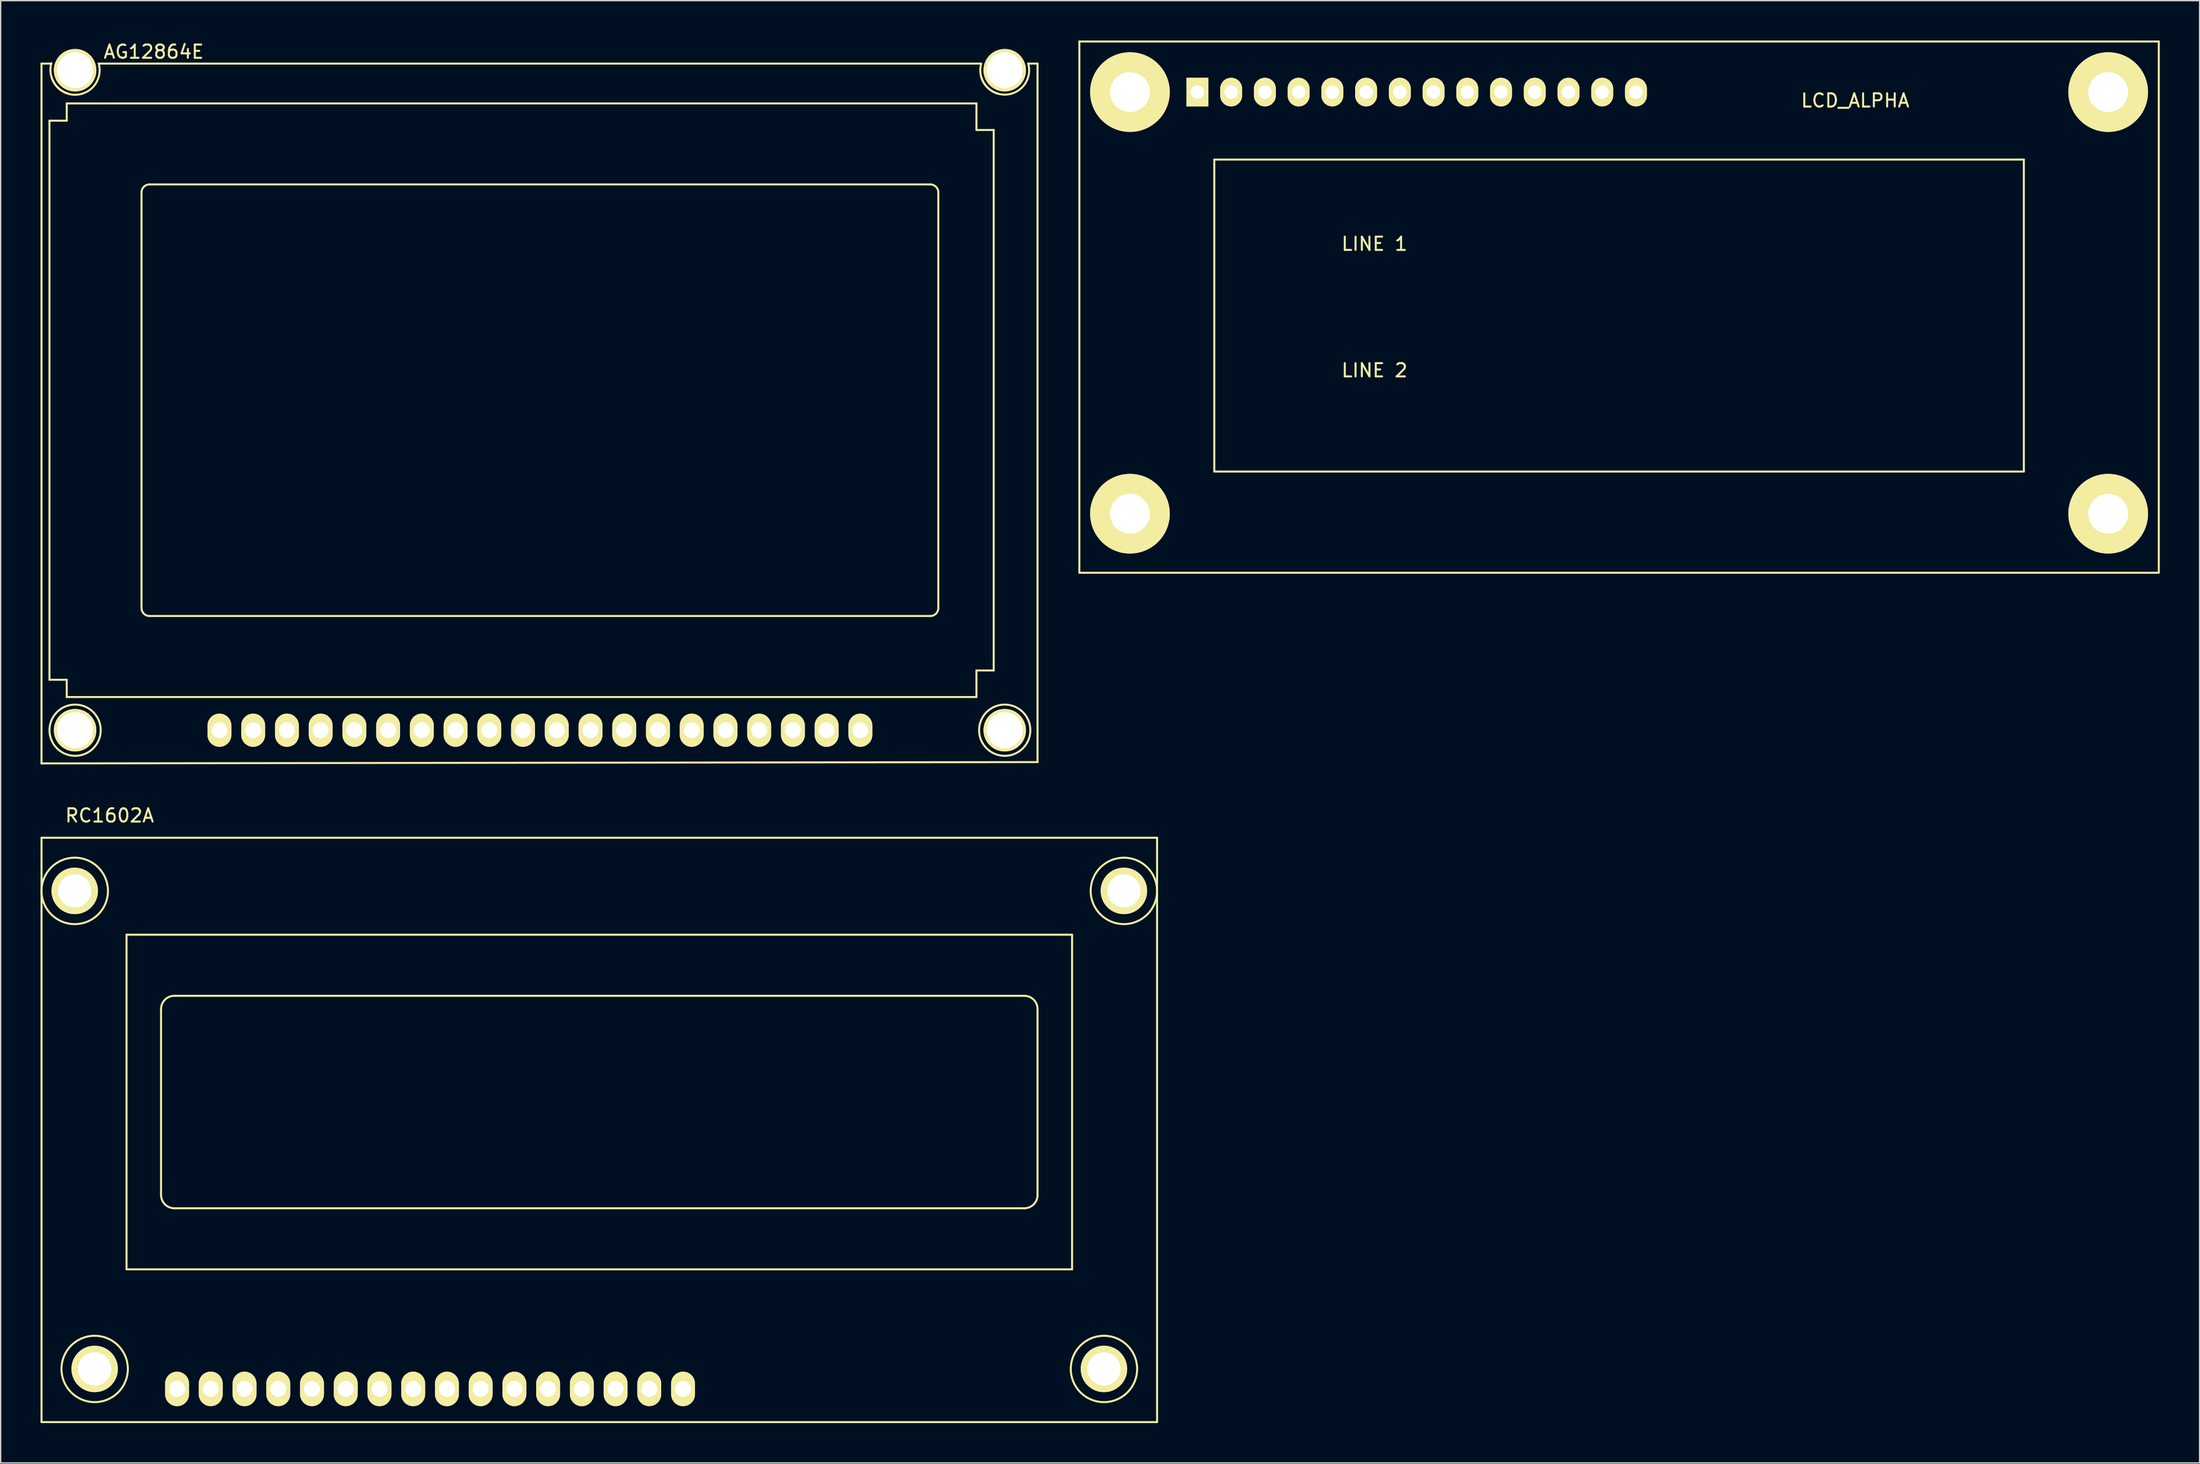
<source format=kicad_pcb>
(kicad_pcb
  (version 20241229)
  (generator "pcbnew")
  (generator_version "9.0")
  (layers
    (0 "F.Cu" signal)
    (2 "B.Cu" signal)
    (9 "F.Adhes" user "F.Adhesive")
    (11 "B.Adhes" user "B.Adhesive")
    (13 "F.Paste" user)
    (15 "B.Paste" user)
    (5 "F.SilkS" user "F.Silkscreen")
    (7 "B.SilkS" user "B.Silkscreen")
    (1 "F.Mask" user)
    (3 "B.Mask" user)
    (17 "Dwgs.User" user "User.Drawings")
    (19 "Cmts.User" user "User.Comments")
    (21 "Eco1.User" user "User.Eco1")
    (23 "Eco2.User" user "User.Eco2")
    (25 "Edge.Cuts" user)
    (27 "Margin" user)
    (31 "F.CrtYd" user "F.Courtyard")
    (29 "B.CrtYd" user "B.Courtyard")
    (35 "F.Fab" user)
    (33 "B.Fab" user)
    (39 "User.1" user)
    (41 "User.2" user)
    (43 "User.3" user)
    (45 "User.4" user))
  (footprint "AG12864E"
    (layer "F.Cu")
    (at 13.475 51.938)
    (property "Reference" "AG12864E" (at -4.95 -51.09 0) (layer "F.SilkS") (effects (font (size 1 1) (thickness 0.15))))
    (attr through_hole)
    (fp_line (start -13.4 -50.2) (end -12.7 -50.2) (stroke (width 0.15) (type solid)) (layer "F.SilkS"))
    (fp_line (start -13.4 2.5) (end -13.4 -50.2) (stroke (width 0.15) (type solid)) (layer "F.SilkS"))
    (fp_line (start -13.4 2.5) (end 61.6 2.4) (stroke (width 0.15) (type solid)) (layer "F.SilkS"))
    (fp_line (start -12.8 -3.8) (end -12.8 -45.9) (stroke (width 0.15) (type solid)) (layer "F.SilkS"))
    (fp_line (start -12.8 -3.8) (end -11.5 -3.8) (stroke (width 0.15) (type solid)) (layer "F.SilkS"))
    (fp_line (start -11.5 -47.2) (end -11.5 -45.9) (stroke (width 0.15) (type solid)) (layer "F.SilkS"))
    (fp_line (start -11.5 -47.2) (end 57 -47.2) (stroke (width 0.15) (type solid)) (layer "F.SilkS"))
    (fp_line (start -11.5 -45.9) (end -12.8 -45.9) (stroke (width 0.15) (type solid)) (layer "F.SilkS"))
    (fp_line (start -11.5 -3.8) (end -11.5 -2.5) (stroke (width 0.15) (type solid)) (layer "F.SilkS"))
    (fp_line (start -9.1 -50.2) (end 57.3 -50.2) (stroke (width 0.15) (type solid)) (layer "F.SilkS"))
    (fp_line (start -5.87 -40.5) (end -5.87 -9.21) (stroke (width 0.15) (type solid)) (layer "F.SilkS"))
    (fp_line (start -5.27 -8.6) (end 53.53 -8.6) (stroke (width 0.15) (type solid)) (layer "F.SilkS"))
    (fp_line (start 53.53 -41.1) (end -5.27 -41.1) (stroke (width 0.15) (type solid)) (layer "F.SilkS"))
    (fp_line (start 54.13 -9.2) (end 54.13 -40.5) (stroke (width 0.15) (type solid)) (layer "F.SilkS"))
    (fp_line (start 57 -47.2) (end 57 -45.2) (stroke (width 0.15) (type solid)) (layer "F.SilkS"))
    (fp_line (start 57 -45.2) (end 58.3 -45.2) (stroke (width 0.15) (type solid)) (layer "F.SilkS"))
    (fp_line (start 57 -4.5) (end 58.3 -4.5) (stroke (width 0.15) (type solid)) (layer "F.SilkS"))
    (fp_line (start 57 -2.5) (end -11.5 -2.5) (stroke (width 0.15) (type solid)) (layer "F.SilkS"))
    (fp_line (start 57 -2.5) (end 57 -4.5) (stroke (width 0.15) (type solid)) (layer "F.SilkS"))
    (fp_line (start 58.3 -45.2) (end 58.3 -4.5) (stroke (width 0.15) (type solid)) (layer "F.SilkS"))
    (fp_line (start 61.6 -50.2) (end 60.9 -50.2) (stroke (width 0.15) (type solid)) (layer "F.SilkS"))
    (fp_line (start 61.6 2.4) (end 61.6 -50.2) (stroke (width 0.15) (type solid)) (layer "F.SilkS"))
    (fp_arc (start -11.36 -47.93) (mid -12.486346 -48.810761) (end -12.66 -50.23) (stroke (width 0.15) (type solid)) (layer "F.SilkS"))
    (fp_arc (start -10.37 -47.92) (mid -11.775097 -48.087797) (end -12.65 -49.2) (stroke (width 0.15) (type solid)) (layer "F.SilkS"))
    (fp_arc (start -9.09 -50.2) (mid -9.257797 -48.794903) (end -10.37 -47.92) (stroke (width 0.15) (type solid)) (layer "F.SilkS"))
    (fp_arc (start -5.87 -40.5) (mid -5.694264 -40.924264) (end -5.27 -41.1) (stroke (width 0.15) (type solid)) (layer "F.SilkS"))
    (fp_arc (start -5.27 -8.6) (mid -5.694264 -8.775736) (end -5.87 -9.2) (stroke (width 0.15) (type solid)) (layer "F.SilkS"))
    (fp_arc (start 53.53 -41.1) (mid 53.954264 -40.924264) (end 54.13 -40.5) (stroke (width 0.15) (type solid)) (layer "F.SilkS"))
    (fp_arc (start 54.13 -9.2) (mid 53.954264 -8.775736) (end 53.53 -8.6) (stroke (width 0.15) (type solid)) (layer "F.SilkS"))
    (fp_arc (start 58.63 -47.93) (mid 57.524868 -48.801974) (end 57.36 -50.2) (stroke (width 0.15) (type solid)) (layer "F.SilkS"))
    (fp_arc (start 59.63 -47.93) (mid 58.231974 -48.094868) (end 57.36 -49.2) (stroke (width 0.15) (type solid)) (layer "F.SilkS"))
    (fp_arc (start 60.9 -50.2) (mid 60.735132 -48.801974) (end 59.63 -47.93) (stroke (width 0.15) (type solid)) (layer "F.SilkS"))
    (fp_circle (center -10.87 0) (end -12.8 0) (stroke (width 0.15) (type solid)) (fill no) (layer "F.SilkS"))
    (fp_circle (center 59.13 0) (end 61.06 0) (stroke (width 0.15) (type solid)) (fill no) (layer "F.SilkS"))
    (pad "0" thru_hole circle (at -10.87 -49.7) (size 3.2 3.2) (drill 2.7) (layers "*.Cu" "*.Mask" "F.SilkS"))
    (pad "0" thru_hole circle (at -10.87 0) (size 3.2 3.2) (drill 2.7) (layers "*.Cu" "*.Mask" "F.SilkS"))
    (pad "0" thru_hole circle (at 59.13 -49.7) (size 3.2 3.2) (drill 2.7) (layers "*.Cu" "*.Mask" "F.SilkS"))
    (pad "0" thru_hole circle (at 59.13 0) (size 3.2 3.2) (drill 2.7) (layers "*.Cu" "*.Mask" "F.SilkS"))
    (pad "1" thru_hole oval (at 0 0) (size 1.8 2.5) (drill 1.2) (layers "*.Cu" "*.Mask" "F.SilkS"))
    (pad "2" thru_hole oval (at 2.54 0) (size 1.8 2.5) (drill 1.2) (layers "*.Cu" "*.Mask" "F.SilkS"))
    (pad "3" thru_hole oval (at 5.08 0) (size 1.8 2.5) (drill 1.2) (layers "*.Cu" "*.Mask" "F.SilkS"))
    (pad "4" thru_hole oval (at 7.62 0) (size 1.8 2.5) (drill 1.2) (layers "*.Cu" "*.Mask" "F.SilkS"))
    (pad "5" thru_hole oval (at 10.16 0) (size 1.8 2.5) (drill 1.2) (layers "*.Cu" "*.Mask" "F.SilkS"))
    (pad "6" thru_hole oval (at 12.7 0) (size 1.8 2.5) (drill 1.2) (layers "*.Cu" "*.Mask" "F.SilkS"))
    (pad "7" thru_hole oval (at 15.24 0) (size 1.8 2.5) (drill 1.2) (layers "*.Cu" "*.Mask" "F.SilkS"))
    (pad "8" thru_hole oval (at 17.78 0) (size 1.8 2.5) (drill 1.2) (layers "*.Cu" "*.Mask" "F.SilkS"))
    (pad "9" thru_hole oval (at 20.32 0) (size 1.8 2.5) (drill 1.2) (layers "*.Cu" "*.Mask" "F.SilkS"))
    (pad "10" thru_hole oval (at 22.86 0) (size 1.8 2.5) (drill 1.2) (layers "*.Cu" "*.Mask" "F.SilkS"))
    (pad "11" thru_hole oval (at 25.4 0) (size 1.8 2.5) (drill 1.2) (layers "*.Cu" "*.Mask" "F.SilkS"))
    (pad "12" thru_hole oval (at 27.94 0) (size 1.8 2.5) (drill 1.2) (layers "*.Cu" "*.Mask" "F.SilkS"))
    (pad "13" thru_hole oval (at 30.48 0) (size 1.8 2.5) (drill 1.2) (layers "*.Cu" "*.Mask" "F.SilkS"))
    (pad "14" thru_hole oval (at 33.02 0) (size 1.8 2.5) (drill 1.2) (layers "*.Cu" "*.Mask" "F.SilkS"))
    (pad "15" thru_hole oval (at 35.56 0) (size 1.8 2.5) (drill 1.2) (layers "*.Cu" "*.Mask" "F.SilkS"))
    (pad "16" thru_hole oval (at 38.1 0) (size 1.8 2.5) (drill 1.2) (layers "*.Cu" "*.Mask" "F.SilkS"))
    (pad "17" thru_hole oval (at 40.64 0) (size 1.8 2.5) (drill 1.2) (layers "*.Cu" "*.Mask" "F.SilkS"))
    (pad "18" thru_hole oval (at 43.18 0) (size 1.8 2.5) (drill 1.2) (layers "*.Cu" "*.Mask" "F.SilkS"))
    (pad "19" thru_hole oval (at 45.72 0) (size 1.8 2.5) (drill 1.2) (layers "*.Cu" "*.Mask" "F.SilkS"))
    (pad "20" thru_hole oval (at 48.26 0) (size 1.8 2.5) (drill 1.2) (layers "*.Cu" "*.Mask" "F.SilkS")))
  (footprint "LCD_ALPHA"
    (layer "F.Cu")
    (at 103.625 3.885)
    (property "Reference" "LCD_ALPHA" (at 33.02 0.635 0) (layer "F.SilkS") (effects (font (size 1 1) (thickness 0.15))))
    (attr through_hole)
    (fp_line (start -25.4 -3.81) (end 55.88 -3.81) (stroke (width 0.15) (type solid)) (layer "F.SilkS"))
    (fp_line (start -25.4 36.195) (end -25.4 -3.81) (stroke (width 0.15) (type solid)) (layer "F.SilkS"))
    (fp_line (start -15.24 5.08) (end 45.72 5.08) (stroke (width 0.15) (type solid)) (layer "F.SilkS"))
    (fp_line (start -15.24 28.575) (end -15.24 5.08) (stroke (width 0.15) (type solid)) (layer "F.SilkS"))
    (fp_line (start 45.72 5.08) (end 45.72 28.575) (stroke (width 0.15) (type solid)) (layer "F.SilkS"))
    (fp_line (start 45.72 28.575) (end -15.24 28.575) (stroke (width 0.15) (type solid)) (layer "F.SilkS"))
    (fp_line (start 55.88 -3.81) (end 55.88 36.195) (stroke (width 0.15) (type solid)) (layer "F.SilkS"))
    (fp_line (start 55.88 36.195) (end -25.4 36.195) (stroke (width 0.15) (type solid)) (layer "F.SilkS"))
    (fp_text user "LINE 2" (at -3.175 20.955 0) (layer "F.SilkS") (effects (font (size 1 1) (thickness 0.15))))
    (fp_text user "LINE 1" (at -3.175 11.43 0) (layer "F.SilkS") (effects (font (size 1 1) (thickness 0.15))))
    (pad "" thru_hole circle (at -21.59 0) (size 5.999 5.999) (drill 3) (layers "*.Cu" "*.Mask" "F.SilkS"))
    (pad "" thru_hole circle (at -21.59 31.75) (size 5.999 5.999) (drill 3) (layers "*.Cu" "*.Mask" "F.SilkS"))
    (pad "" thru_hole circle (at 52.07 0) (size 5.999 5.999) (drill 3) (layers "*.Cu" "*.Mask" "F.SilkS"))
    (pad "" thru_hole circle (at 52.07 31.75) (size 5.999 5.999) (drill 3) (layers "*.Cu" "*.Mask" "F.SilkS"))
    (pad "1" thru_hole rect (at -16.51 0) (size 1.651 2.159) (drill 1.016) (layers "*.Cu" "*.Mask" "F.SilkS"))
    (pad "2" thru_hole oval (at -13.97 0) (size 1.651 2.159) (drill 1.016) (layers "*.Cu" "*.Mask" "F.SilkS"))
    (pad "3" thru_hole oval (at -11.43 0) (size 1.651 2.159) (drill 1.016) (layers "*.Cu" "*.Mask" "F.SilkS"))
    (pad "4" thru_hole oval (at -8.89 0) (size 1.651 2.159) (drill 1.016) (layers "*.Cu" "*.Mask" "F.SilkS"))
    (pad "5" thru_hole oval (at -6.35 0) (size 1.651 2.159) (drill 1.016) (layers "*.Cu" "*.Mask" "F.SilkS"))
    (pad "6" thru_hole oval (at -3.81 0) (size 1.651 2.159) (drill 1.016) (layers "*.Cu" "*.Mask" "F.SilkS"))
    (pad "7" thru_hole oval (at -1.27 0) (size 1.651 2.159) (drill 1.016) (layers "*.Cu" "*.Mask" "F.SilkS"))
    (pad "8" thru_hole oval (at 1.27 0) (size 1.651 2.159) (drill 1.016) (layers "*.Cu" "*.Mask" "F.SilkS"))
    (pad "9" thru_hole oval (at 3.81 0) (size 1.651 2.159) (drill 1.016) (layers "*.Cu" "*.Mask" "F.SilkS"))
    (pad "10" thru_hole oval (at 6.35 0) (size 1.651 2.159) (drill 1.016) (layers "*.Cu" "*.Mask" "F.SilkS"))
    (pad "11" thru_hole oval (at 8.89 0) (size 1.651 2.159) (drill 1.016) (layers "*.Cu" "*.Mask" "F.SilkS"))
    (pad "12" thru_hole oval (at 11.43 0) (size 1.651 2.159) (drill 1.016) (layers "*.Cu" "*.Mask" "F.SilkS"))
    (pad "13" thru_hole oval (at 13.97 0) (size 1.651 2.159) (drill 1.016) (layers "*.Cu" "*.Mask" "F.SilkS"))
    (pad "14" thru_hole oval (at 16.51 0) (size 1.651 2.159) (drill 1.016) (layers "*.Cu" "*.Mask" "F.SilkS")))
  (footprint "RC1602A"
    (layer "F.Cu")
    (at 43.303 101.541)
    (property "Reference" "RC1602A" (at -38.1 -43.18 0) (layer "F.SilkS") (effects (font (size 1 1) (thickness 0.15))))
    (attr through_hole)
    (fp_line (start -43.226 -41.504) (end -43.226 2.497) (stroke (width 0.15) (type solid)) (layer "F.SilkS"))
    (fp_line (start -36.825 -34.204) (end 34.374 -34.204) (stroke (width 0.15) (type solid)) (layer "F.SilkS"))
    (fp_line (start -36.825 -9.004) (end -36.825 -34.204) (stroke (width 0.15) (type solid)) (layer "F.SilkS"))
    (fp_line (start -34.227 -14.602) (end -34.227 -28.603) (stroke (width 0.15) (type solid)) (layer "F.SilkS"))
    (fp_line (start -33.226 -29.604) (end 30.775 -29.604) (stroke (width 0.15) (type solid)) (layer "F.SilkS"))
    (fp_line (start 30.775 -13.604) (end -33.226 -13.604) (stroke (width 0.15) (type solid)) (layer "F.SilkS"))
    (fp_line (start 31.773 -28.603) (end 31.773 -14.602) (stroke (width 0.15) (type solid)) (layer "F.SilkS"))
    (fp_line (start 34.374 -34.204) (end 34.374 -9.004) (stroke (width 0.15) (type solid)) (layer "F.SilkS"))
    (fp_line (start 34.374 -9.004) (end -36.825 -9.004) (stroke (width 0.15) (type solid)) (layer "F.SilkS"))
    (fp_line (start 40.775 -41.504) (end -43.226 -41.504) (stroke (width 0.15) (type solid)) (layer "F.SilkS"))
    (fp_line (start 40.775 -41.504) (end 40.775 2.497) (stroke (width 0.15) (type solid)) (layer "F.SilkS"))
    (fp_line (start 40.775 2.497) (end -43.226 2.497) (stroke (width 0.15) (type solid)) (layer "F.SilkS"))
    (fp_arc (start -34.2265 -28.60294) (mid -33.933384 -29.310584) (end -33.22574 -29.6037) (stroke (width 0.15) (type solid)) (layer "F.SilkS"))
    (fp_arc (start -33.22574 -13.60424) (mid -33.931588 -13.896612) (end -34.22396 -14.60246) (stroke (width 0.15) (type solid)) (layer "F.SilkS"))
    (fp_arc (start 30.77464 -29.6037) (mid 31.482284 -29.310584) (end 31.7754 -28.60294) (stroke (width 0.15) (type solid)) (layer "F.SilkS"))
    (fp_arc (start 31.77286 -14.60246) (mid 31.480488 -13.896612) (end 30.77464 -13.60424) (stroke (width 0.15) (type solid)) (layer "F.SilkS"))
    (fp_circle (center -40.726 -37.503) (end -38.224 -37.503) (stroke (width 0.15) (type solid)) (fill no) (layer "F.SilkS"))
    (fp_circle (center -39.225 -1.504) (end -36.726 -1.504) (stroke (width 0.15) (type solid)) (fill no) (layer "F.SilkS"))
    (fp_circle (center 36.774 -1.504) (end 39.273 -1.504) (stroke (width 0.15) (type solid)) (fill no) (layer "F.SilkS"))
    (fp_circle (center 38.275 -37.503) (end 40.775 -37.503) (stroke (width 0.15) (type solid)) (fill no) (layer "F.SilkS"))
    (pad "0" thru_hole circle (at -40.726 -37.503) (size 3.5 3.5) (drill 2.5) (layers "*.Cu" "*.Mask" "F.SilkS"))
    (pad "0" thru_hole circle (at -39.225 -1.504) (size 3.5 3.5) (drill 2.5) (layers "*.Cu" "*.Mask" "F.SilkS"))
    (pad "0" thru_hole circle (at 36.774 -1.504) (size 3.5 3.5) (drill 2.5) (layers "*.Cu" "*.Mask" "F.SilkS"))
    (pad "0" thru_hole circle (at 38.275 -37.503) (size 3.5 3.5) (drill 2.5) (layers "*.Cu" "*.Mask" "F.SilkS"))
    (pad "1" thru_hole oval (at 0 0) (size 1.8 2.6) (drill 1.2) (layers "*.Cu" "*.Mask" "F.SilkS"))
    (pad "2" thru_hole oval (at -2.54 0) (size 1.8 2.6) (drill 1.2) (layers "*.Cu" "*.Mask" "F.SilkS"))
    (pad "3" thru_hole oval (at -5.08 0) (size 1.8 2.6) (drill 1.2) (layers "*.Cu" "*.Mask" "F.SilkS"))
    (pad "4" thru_hole oval (at -7.62 0) (size 1.8 2.6) (drill 1.2) (layers "*.Cu" "*.Mask" "F.SilkS"))
    (pad "5" thru_hole oval (at -10.16 0) (size 1.8 2.6) (drill 1.2) (layers "*.Cu" "*.Mask" "F.SilkS"))
    (pad "6" thru_hole oval (at -12.7 0) (size 1.8 2.6) (drill 1.2) (layers "*.Cu" "*.Mask" "F.SilkS"))
    (pad "7" thru_hole oval (at -15.24 0) (size 1.8 2.6) (drill 1.2) (layers "*.Cu" "*.Mask" "F.SilkS"))
    (pad "8" thru_hole oval (at -17.78 0) (size 1.8 2.6) (drill 1.2) (layers "*.Cu" "*.Mask" "F.SilkS"))
    (pad "9" thru_hole oval (at -20.32 0) (size 1.8 2.6) (drill 1.2) (layers "*.Cu" "*.Mask" "F.SilkS"))
    (pad "10" thru_hole oval (at -22.86 0) (size 1.8 2.6) (drill 1.2) (layers "*.Cu" "*.Mask" "F.SilkS"))
    (pad "11" thru_hole oval (at -25.4 0) (size 1.8 2.6) (drill 1.2) (layers "*.Cu" "*.Mask" "F.SilkS"))
    (pad "12" thru_hole oval (at -27.94 0) (size 1.8 2.6) (drill 1.2) (layers "*.Cu" "*.Mask" "F.SilkS"))
    (pad "13" thru_hole oval (at -30.485 -0.003) (size 1.8 2.6) (drill 1.2) (layers "*.Cu" "*.Mask" "F.SilkS"))
    (pad "14" thru_hole oval (at -33.02 0) (size 1.8 2.6) (drill 1.2) (layers "*.Cu" "*.Mask" "F.SilkS"))
    (pad "15" thru_hole oval (at 5.08 0) (size 1.8 2.6) (drill 1.2) (layers "*.Cu" "*.Mask" "F.SilkS"))
    (pad "16" thru_hole oval (at 2.535 -0.003) (size 1.8 2.6) (drill 1.2) (layers "*.Cu" "*.Mask" "F.SilkS")))
  (gr_rect
    (start -3 -3)
    (end 162.58 107.113)
    (stroke (width 0.1) (type default))
    (fill no)
    (layer "Edge.Cuts")))
</source>
